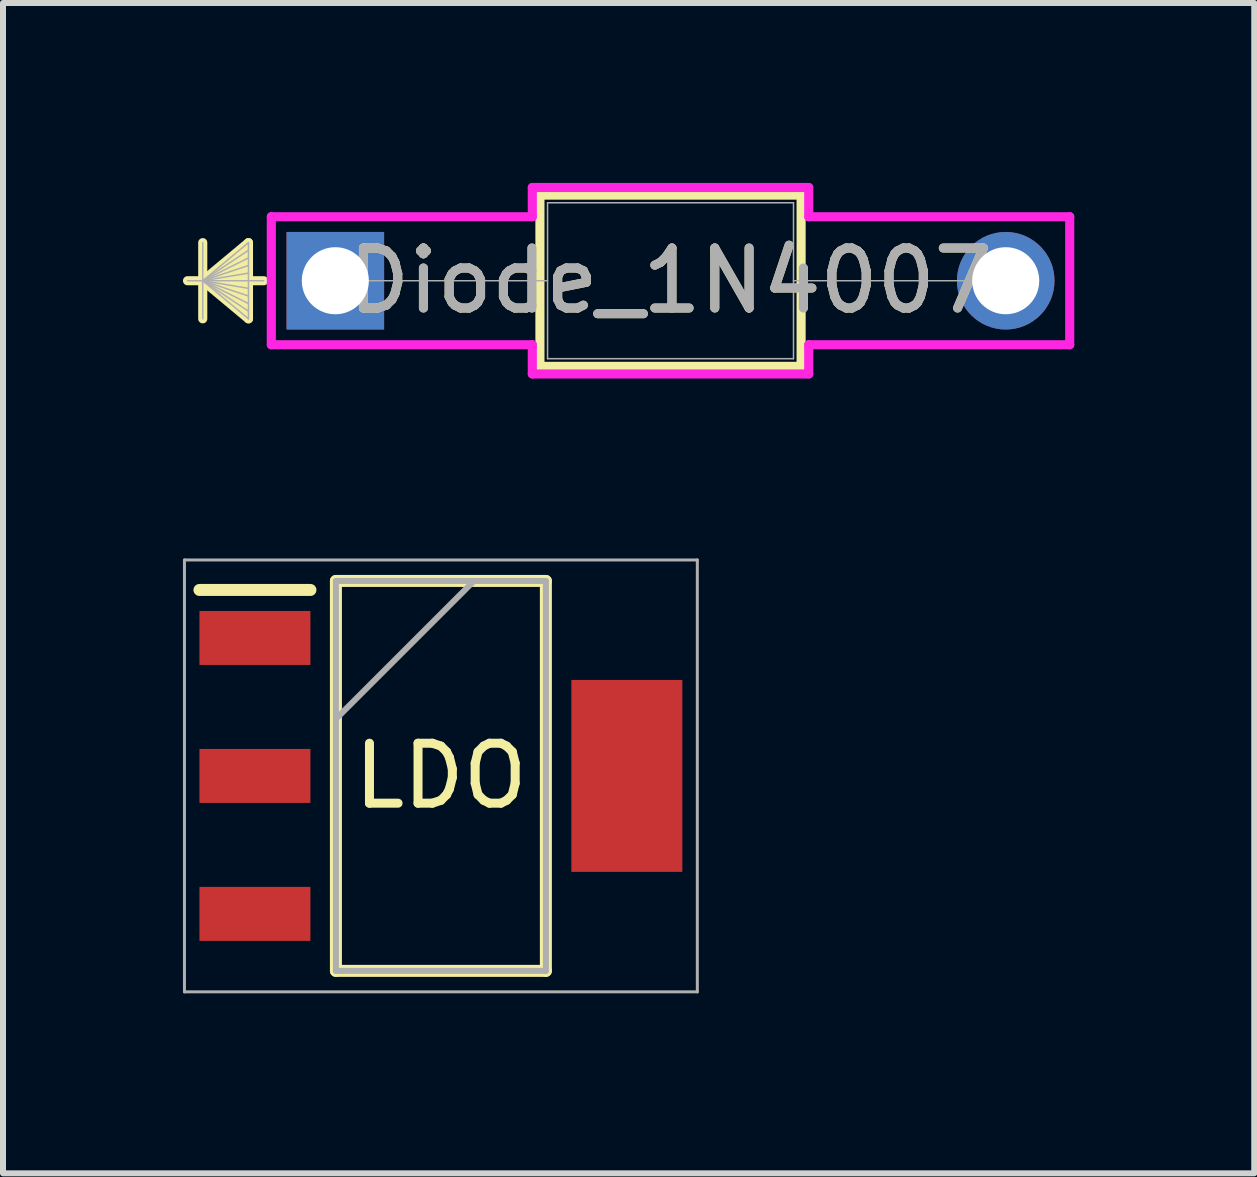
<source format=kicad_pcb>
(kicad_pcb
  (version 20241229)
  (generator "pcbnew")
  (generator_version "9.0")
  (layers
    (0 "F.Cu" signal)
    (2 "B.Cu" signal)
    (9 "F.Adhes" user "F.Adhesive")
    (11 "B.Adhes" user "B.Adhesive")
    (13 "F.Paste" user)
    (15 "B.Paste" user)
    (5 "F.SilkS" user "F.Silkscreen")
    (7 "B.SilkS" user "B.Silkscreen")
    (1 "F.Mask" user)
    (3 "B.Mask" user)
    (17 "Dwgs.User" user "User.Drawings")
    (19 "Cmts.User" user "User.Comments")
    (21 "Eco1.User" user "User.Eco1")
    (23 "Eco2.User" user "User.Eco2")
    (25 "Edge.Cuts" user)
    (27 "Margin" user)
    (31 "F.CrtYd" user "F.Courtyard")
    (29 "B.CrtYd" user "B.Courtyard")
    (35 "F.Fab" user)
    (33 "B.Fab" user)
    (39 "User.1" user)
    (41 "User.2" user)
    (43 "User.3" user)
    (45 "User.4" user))
  (footprint "LDO"
    (layer "F.Cu")
    (at 4.3 9.885)
    (property "Reference" "LDO" (at 0 0 0) (layer "F.SilkS") (effects (font (size 1 1) (thickness 0.15))))
    (attr smd)
    (fp_line (start -4.025 -3.1) (end -2.175 -3.1) (stroke (width 0.2) (type solid)) (layer "F.SilkS"))
    (fp_line (start -1.75 -3.25) (end 1.75 -3.25) (stroke (width 0.2) (type solid)) (layer "F.SilkS"))
    (fp_line (start -1.75 3.25) (end -1.75 -3.25) (stroke (width 0.2) (type solid)) (layer "F.SilkS"))
    (fp_line (start 1.75 -3.25) (end 1.75 3.25) (stroke (width 0.2) (type solid)) (layer "F.SilkS"))
    (fp_line (start 1.75 3.25) (end -1.75 3.25) (stroke (width 0.2) (type solid)) (layer "F.SilkS"))
    (fp_line (start -4.275 -3.6) (end 4.275 -3.6) (stroke (width 0.05) (type solid)) (layer "F.Fab"))
    (fp_line (start -4.275 3.6) (end -4.275 -3.6) (stroke (width 0.05) (type solid)) (layer "F.Fab"))
    (fp_line (start -1.75 -3.25) (end 1.75 -3.25) (stroke (width 0.1) (type solid)) (layer "F.Fab"))
    (fp_line (start -1.75 -0.95) (end 0.55 -3.25) (stroke (width 0.1) (type solid)) (layer "F.Fab"))
    (fp_line (start -1.75 3.25) (end -1.75 -3.25) (stroke (width 0.1) (type solid)) (layer "F.Fab"))
    (fp_line (start 1.75 -3.25) (end 1.75 3.25) (stroke (width 0.1) (type solid)) (layer "F.Fab"))
    (fp_line (start 1.75 3.25) (end -1.75 3.25) (stroke (width 0.1) (type solid)) (layer "F.Fab"))
    (fp_line (start 4.275 -3.6) (end 4.275 3.6) (stroke (width 0.05) (type solid)) (layer "F.Fab"))
    (fp_line (start 4.275 3.6) (end -4.275 3.6) (stroke (width 0.05) (type solid)) (layer "F.Fab"))
    (pad "1" smd rect (at -3.1 -2.3) (size 1.85 0.9) (layers "F.Cu" "F.Mask" "F.Paste"))
    (pad "2" smd rect (at -3.1 0) (size 1.85 0.9) (layers "F.Cu" "F.Mask" "F.Paste"))
    (pad "3" smd rect (at -3.1 2.3) (size 1.85 0.9) (layers "F.Cu" "F.Mask" "F.Paste"))
    (pad "4" smd rect (at 3.1 0) (size 1.85 3.2) (layers "F.Cu" "F.Mask" "F.Paste")))
  (footprint "Diode_1N4007"
    (layer "F.Cu")
    (at 2.54 1.63)
    (property "Reference" "Diode_1N4007" (at 5.588 0 0) (unlocked yes) (layer "F.SilkS") (effects (font (size 1 1) (thickness 0.15))))
    (attr through_hole)
    (fp_line (start -2.21 -0.635) (end -2.21 0.635) (stroke (width 0.152) (type solid)) (layer "F.SilkS"))
    (fp_line (start -2.21 0) (end -1.448 -0.635) (stroke (width 0.152) (type solid)) (layer "F.SilkS"))
    (fp_line (start -2.21 0) (end -1.448 -0.508) (stroke (width 0.152) (type solid)) (layer "F.SilkS"))
    (fp_line (start -2.21 0) (end -1.448 -0.381) (stroke (width 0.152) (type solid)) (layer "F.SilkS"))
    (fp_line (start -2.21 0) (end -1.448 -0.254) (stroke (width 0.152) (type solid)) (layer "F.SilkS"))
    (fp_line (start -2.21 0) (end -1.448 -0.127) (stroke (width 0.152) (type solid)) (layer "F.SilkS"))
    (fp_line (start -2.21 0) (end -1.448 0.127) (stroke (width 0.152) (type solid)) (layer "F.SilkS"))
    (fp_line (start -2.21 0) (end -1.448 0.254) (stroke (width 0.152) (type solid)) (layer "F.SilkS"))
    (fp_line (start -2.21 0) (end -1.448 0.381) (stroke (width 0.152) (type solid)) (layer "F.SilkS"))
    (fp_line (start -2.21 0) (end -1.448 0.508) (stroke (width 0.152) (type solid)) (layer "F.SilkS"))
    (fp_line (start -2.21 0) (end -1.448 0.635) (stroke (width 0.152) (type solid)) (layer "F.SilkS"))
    (fp_line (start -1.448 -0.635) (end -1.448 0.635) (stroke (width 0.152) (type solid)) (layer "F.SilkS"))
    (fp_line (start -1.194 0) (end -2.464 0) (stroke (width 0.152) (type solid)) (layer "F.SilkS"))
    (fp_line (start 3.411 -1.427) (end 3.411 1.427) (stroke (width 0.152) (type solid)) (layer "F.SilkS"))
    (fp_line (start 3.411 1.427) (end 7.765 1.427) (stroke (width 0.152) (type solid)) (layer "F.SilkS"))
    (fp_line (start 7.765 -1.427) (end 3.411 -1.427) (stroke (width 0.152) (type solid)) (layer "F.SilkS"))
    (fp_line (start 7.765 1.427) (end 7.765 -1.427) (stroke (width 0.152) (type solid)) (layer "F.SilkS"))
    (fp_line (start -1.067 -1.067) (end 3.284 -1.067) (stroke (width 0.152) (type solid)) (layer "F.CrtYd"))
    (fp_line (start -1.067 1.067) (end -1.067 -1.067) (stroke (width 0.152) (type solid)) (layer "F.CrtYd"))
    (fp_line (start 3.284 -1.554) (end 7.892 -1.554) (stroke (width 0.152) (type solid)) (layer "F.CrtYd"))
    (fp_line (start 3.284 -1.067) (end 3.284 -1.554) (stroke (width 0.152) (type solid)) (layer "F.CrtYd"))
    (fp_line (start 3.284 1.067) (end -1.067 1.067) (stroke (width 0.152) (type solid)) (layer "F.CrtYd"))
    (fp_line (start 3.284 1.554) (end 3.284 1.067) (stroke (width 0.152) (type solid)) (layer "F.CrtYd"))
    (fp_line (start 7.892 -1.554) (end 7.892 -1.067) (stroke (width 0.152) (type solid)) (layer "F.CrtYd"))
    (fp_line (start 7.892 -1.067) (end 12.243 -1.067) (stroke (width 0.152) (type solid)) (layer "F.CrtYd"))
    (fp_line (start 7.892 1.067) (end 7.892 1.554) (stroke (width 0.152) (type solid)) (layer "F.CrtYd"))
    (fp_line (start 7.892 1.554) (end 3.284 1.554) (stroke (width 0.152) (type solid)) (layer "F.CrtYd"))
    (fp_line (start 12.243 -1.067) (end 12.243 1.067) (stroke (width 0.152) (type solid)) (layer "F.CrtYd"))
    (fp_line (start 12.243 1.067) (end 7.892 1.067) (stroke (width 0.152) (type solid)) (layer "F.CrtYd"))
    (fp_line (start -2.21 -0.635) (end -2.21 0.635) (stroke (width 0.025) (type solid)) (layer "F.Fab"))
    (fp_line (start -2.21 0) (end -1.448 -0.635) (stroke (width 0.025) (type solid)) (layer "F.Fab"))
    (fp_line (start -2.21 0) (end -1.448 -0.508) (stroke (width 0.025) (type solid)) (layer "F.Fab"))
    (fp_line (start -2.21 0) (end -1.448 -0.381) (stroke (width 0.025) (type solid)) (layer "F.Fab"))
    (fp_line (start -2.21 0) (end -1.448 -0.254) (stroke (width 0.025) (type solid)) (layer "F.Fab"))
    (fp_line (start -2.21 0) (end -1.448 -0.127) (stroke (width 0.025) (type solid)) (layer "F.Fab"))
    (fp_line (start -2.21 0) (end -1.448 0.127) (stroke (width 0.025) (type solid)) (layer "F.Fab"))
    (fp_line (start -2.21 0) (end -1.448 0.254) (stroke (width 0.025) (type solid)) (layer "F.Fab"))
    (fp_line (start -2.21 0) (end -1.448 0.381) (stroke (width 0.025) (type solid)) (layer "F.Fab"))
    (fp_line (start -2.21 0) (end -1.448 0.508) (stroke (width 0.025) (type solid)) (layer "F.Fab"))
    (fp_line (start -2.21 0) (end -1.448 0.635) (stroke (width 0.025) (type solid)) (layer "F.Fab"))
    (fp_line (start -1.448 -0.635) (end -1.448 0.635) (stroke (width 0.025) (type solid)) (layer "F.Fab"))
    (fp_line (start -1.194 0) (end -2.464 0) (stroke (width 0.025) (type solid)) (layer "F.Fab"))
    (fp_line (start 0 0) (end 3.538 0) (stroke (width 0.025) (type solid)) (layer "F.Fab"))
    (fp_line (start 3.538 -1.3) (end 3.538 1.3) (stroke (width 0.025) (type solid)) (layer "F.Fab"))
    (fp_line (start 3.538 1.3) (end 7.638 1.3) (stroke (width 0.025) (type solid)) (layer "F.Fab"))
    (fp_line (start 7.638 -1.3) (end 3.538 -1.3) (stroke (width 0.025) (type solid)) (layer "F.Fab"))
    (fp_line (start 7.638 1.3) (end 7.638 -1.3) (stroke (width 0.025) (type solid)) (layer "F.Fab"))
    (fp_line (start 11.176 0) (end 7.638 0) (stroke (width 0.025) (type solid)) (layer "F.Fab"))
    (fp_text user "${REFERENCE}" (at 5.588 0 0) (unlocked yes) (layer "F.Fab") (effects (font (size 1 1) (thickness 0.15))))
    (pad "1" thru_hole rect (at 0 0) (size 1.626 1.626) (drill 1.118) (layers "*.Cu" "*.Mask"))
    (pad "2" thru_hole circle (at 11.176 0) (size 1.626 1.626) (drill 1.118) (layers "*.Cu" "*.Mask")))
  (gr_rect
    (start -3 -3)
    (end 17.859 16.51)
    (stroke (width 0.1) (type default))
    (fill no)
    (layer "Edge.Cuts")))
</source>
